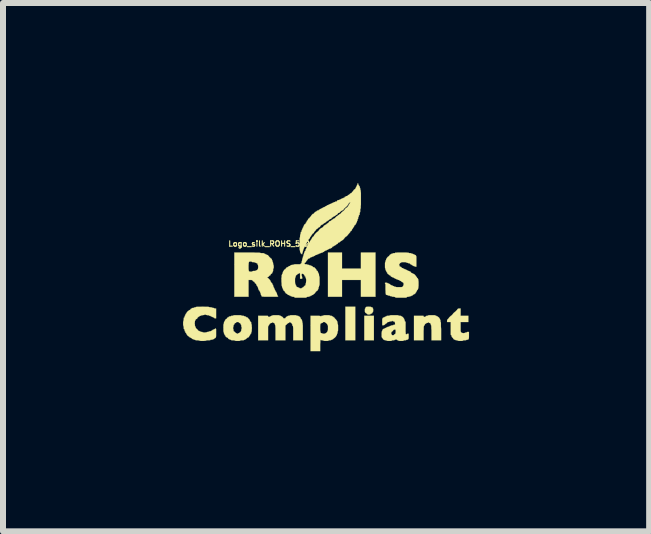
<source format=kicad_pcb>
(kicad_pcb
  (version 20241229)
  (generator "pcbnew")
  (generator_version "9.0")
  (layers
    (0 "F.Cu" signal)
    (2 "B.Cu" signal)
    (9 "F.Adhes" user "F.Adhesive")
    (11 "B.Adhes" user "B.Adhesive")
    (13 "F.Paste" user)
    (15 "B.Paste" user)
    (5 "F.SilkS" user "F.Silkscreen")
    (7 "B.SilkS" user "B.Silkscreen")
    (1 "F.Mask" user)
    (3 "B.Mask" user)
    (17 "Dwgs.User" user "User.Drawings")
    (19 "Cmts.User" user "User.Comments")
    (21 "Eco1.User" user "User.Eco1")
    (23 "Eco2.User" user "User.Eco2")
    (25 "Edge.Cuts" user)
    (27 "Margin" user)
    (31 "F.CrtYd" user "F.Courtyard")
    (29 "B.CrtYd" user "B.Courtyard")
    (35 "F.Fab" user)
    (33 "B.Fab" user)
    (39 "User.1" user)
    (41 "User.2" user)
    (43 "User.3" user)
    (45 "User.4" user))
  (footprint "Logo_silk_ROHS_5x2.8mm"
    (layer "F.Cu")
    (at 2.414 1.411)
    (property "Reference" "Logo_silk_ROHS_5x2.8mm" (at -0.8 -0.4 0) (layer "F.SilkS") (effects (font (size 0.089 0.089) (thickness 0.018))))
    (attr through_hole)
    (fp_poly (pts (xy 0.455 1.209) (xy 0.371 1.209) (xy 0.29 1.209) (xy 0.29 0.93) (xy 0.29 0.648) (xy 0.371 0.648) (xy 0.455 0.648) (xy 0.455 0.93) (xy 0.455 1.209)) (stroke (width 0.003) (type solid)) (fill yes) (layer "F.SilkS"))
    (fp_poly (pts (xy 0.765 1.209) (xy 0.683 1.209) (xy 0.605 1.209) (xy 0.605 1.003) (xy 0.605 0.8) (xy 0.683 0.8) (xy 0.765 0.8) (xy 0.765 1.003) (xy 0.765 1.209)) (stroke (width 0.003) (type solid)) (fill yes) (layer "F.SilkS"))
    (fp_poly (pts (xy 0.792 0.483) (xy 0.671 0.483) (xy 0.549 0.483) (xy 0.549 0.343) (xy 0.549 0.203) (xy 0.391 0.203) (xy 0.234 0.203) (xy 0.234 0.343) (xy 0.234 0.483) (xy 0.117 0.483) (xy 0 0.483) (xy 0 0.114) (xy 0 -0.254) (xy 0.117 -0.254) (xy 0.234 -0.254) (xy 0.234 -0.119) (xy 0.234 0.013) (xy 0.391 0.013) (xy 0.549 0.013) (xy 0.549 -0.119) (xy 0.549 -0.254) (xy 0.671 -0.254) (xy 0.792 -0.254) (xy 0.792 0.114) (xy 0.792 0.483)) (stroke (width 0.003) (type solid)) (fill yes) (layer "F.SilkS"))
    (fp_poly (pts (xy 0.754 0.706) (xy 0.752 0.721) (xy 0.752 0.732) (xy 0.749 0.734) (xy 0.744 0.737) (xy 0.744 0.742) (xy 0.739 0.754) (xy 0.729 0.762) (xy 0.719 0.765) (xy 0.711 0.767) (xy 0.709 0.772) (xy 0.706 0.775) (xy 0.699 0.777) (xy 0.681 0.78) (xy 0.665 0.777) (xy 0.655 0.775) (xy 0.653 0.772) (xy 0.65 0.765) (xy 0.645 0.765) (xy 0.638 0.759) (xy 0.627 0.752) (xy 0.625 0.752) (xy 0.62 0.742) (xy 0.615 0.732) (xy 0.615 0.716) (xy 0.615 0.709) (xy 0.615 0.693) (xy 0.617 0.681) (xy 0.62 0.678) (xy 0.622 0.676) (xy 0.625 0.671) (xy 0.627 0.66) (xy 0.635 0.653) (xy 0.65 0.65) (xy 0.673 0.648) (xy 0.678 0.648) (xy 0.699 0.65) (xy 0.711 0.65) (xy 0.719 0.653) (xy 0.724 0.658) (xy 0.732 0.658) (xy 0.742 0.66) (xy 0.744 0.668) (xy 0.747 0.676) (xy 0.749 0.678) (xy 0.752 0.683) (xy 0.754 0.696) (xy 0.754 0.706)) (stroke (width 0.003) (type solid)) (fill yes) (layer "F.SilkS"))
    (fp_poly (pts (xy 1.885 1.209) (xy 1.803 1.209) (xy 1.725 1.209) (xy 1.725 1.085) (xy 1.725 1.041) (xy 1.722 1.008) (xy 1.722 0.983) (xy 1.72 0.965) (xy 1.72 0.96) (xy 1.72 0.958) (xy 1.714 0.955) (xy 1.714 0.945) (xy 1.709 0.93) (xy 1.699 0.922) (xy 1.689 0.919) (xy 1.681 0.917) (xy 1.679 0.912) (xy 1.676 0.904) (xy 1.674 0.904) (xy 1.669 0.907) (xy 1.669 0.912) (xy 1.664 0.917) (xy 1.654 0.919) (xy 1.643 0.919) (xy 1.638 0.925) (xy 1.636 0.93) (xy 1.633 0.93) (xy 1.626 0.932) (xy 1.615 0.942) (xy 1.613 0.95) (xy 1.61 0.958) (xy 1.603 0.963) (xy 1.6 0.968) (xy 1.598 0.97) (xy 1.598 0.978) (xy 1.595 0.986) (xy 1.595 1.001) (xy 1.595 1.024) (xy 1.593 1.052) (xy 1.593 1.09) (xy 1.593 1.209) (xy 1.514 1.209) (xy 1.433 1.209) (xy 1.433 1.003) (xy 1.433 0.8) (xy 1.514 0.8) (xy 1.544 0.8) (xy 1.565 0.8) (xy 1.58 0.8) (xy 1.587 0.8) (xy 1.593 0.803) (xy 1.593 0.805) (xy 1.593 0.808) (xy 1.595 0.815) (xy 1.605 0.818) (xy 1.608 0.818) (xy 1.621 0.818) (xy 1.623 0.813) (xy 1.628 0.81) (xy 1.631 0.808) (xy 1.638 0.805) (xy 1.638 0.803) (xy 1.643 0.8) (xy 1.654 0.8) (xy 1.664 0.798) (xy 1.669 0.795) (xy 1.669 0.792) (xy 1.674 0.792) (xy 1.687 0.79) (xy 1.709 0.79) (xy 1.73 0.79) (xy 1.755 0.79) (xy 1.775 0.79) (xy 1.786 0.792) (xy 1.788 0.792) (xy 1.793 0.798) (xy 1.798 0.8) (xy 1.806 0.8) (xy 1.808 0.803) (xy 1.814 0.808) (xy 1.819 0.808) (xy 1.826 0.81) (xy 1.829 0.813) (xy 1.834 0.818) (xy 1.841 0.823) (xy 1.852 0.831) (xy 1.854 0.838) (xy 1.857 0.843) (xy 1.859 0.843) (xy 1.862 0.848) (xy 1.864 0.853) (xy 1.867 0.861) (xy 1.869 0.864) (xy 1.872 0.869) (xy 1.875 0.879) (xy 1.875 0.884) (xy 1.875 0.897) (xy 1.877 0.904) (xy 1.88 0.904) (xy 1.88 0.909) (xy 1.882 0.925) (xy 1.882 0.947) (xy 1.882 0.98) (xy 1.885 1.021) (xy 1.885 1.057) (xy 1.885 1.209)) (stroke (width 0.003) (type solid)) (fill yes) (layer "F.SilkS"))
    (fp_poly (pts (xy 2.349 1.128) (xy 2.349 1.156) (xy 2.347 1.176) (xy 2.344 1.189) (xy 2.337 1.194) (xy 2.329 1.199) (xy 2.319 1.199) (xy 2.309 1.201) (xy 2.304 1.204) (xy 2.299 1.206) (xy 2.289 1.209) (xy 2.276 1.209) (xy 2.261 1.209) (xy 2.25 1.212) (xy 2.248 1.214) (xy 2.245 1.217) (xy 2.23 1.219) (xy 2.212 1.219) (xy 2.207 1.219) (xy 2.184 1.219) (xy 2.172 1.217) (xy 2.164 1.214) (xy 2.159 1.212) (xy 2.149 1.209) (xy 2.144 1.209) (xy 2.131 1.206) (xy 2.123 1.204) (xy 2.118 1.199) (xy 2.113 1.199) (xy 2.103 1.196) (xy 2.093 1.189) (xy 2.088 1.181) (xy 2.085 1.176) (xy 2.078 1.166) (xy 2.073 1.163) (xy 2.062 1.151) (xy 2.06 1.138) (xy 2.057 1.125) (xy 2.052 1.123) (xy 2.05 1.123) (xy 2.047 1.118) (xy 2.045 1.11) (xy 2.045 1.095) (xy 2.045 1.074) (xy 2.045 1.046) (xy 2.045 1.013) (xy 2.045 0.904) (xy 2.014 0.904) (xy 1.984 0.904) (xy 1.984 0.886) (xy 1.986 0.869) (xy 1.996 0.856) (xy 1.999 0.853) (xy 2.009 0.843) (xy 2.014 0.838) (xy 2.014 0.836) (xy 2.017 0.831) (xy 2.024 0.823) (xy 2.035 0.813) (xy 2.045 0.803) (xy 2.05 0.8) (xy 2.052 0.8) (xy 2.057 0.795) (xy 2.065 0.787) (xy 2.073 0.78) (xy 2.078 0.772) (xy 2.083 0.767) (xy 2.09 0.757) (xy 2.101 0.747) (xy 2.111 0.739) (xy 2.116 0.734) (xy 2.121 0.732) (xy 2.131 0.721) (xy 2.141 0.711) (xy 2.149 0.704) (xy 2.154 0.696) (xy 2.159 0.688) (xy 2.169 0.681) (xy 2.184 0.678) (xy 2.189 0.678) (xy 2.21 0.678) (xy 2.21 0.739) (xy 2.21 0.8) (xy 2.273 0.8) (xy 2.339 0.8) (xy 2.339 0.851) (xy 2.339 0.904) (xy 2.273 0.904) (xy 2.21 0.904) (xy 2.21 0.983) (xy 2.21 1.013) (xy 2.21 1.036) (xy 2.21 1.052) (xy 2.212 1.062) (xy 2.215 1.067) (xy 2.217 1.072) (xy 2.22 1.077) (xy 2.233 1.085) (xy 2.245 1.087) (xy 2.258 1.09) (xy 2.273 1.087) (xy 2.281 1.085) (xy 2.283 1.085) (xy 2.289 1.079) (xy 2.299 1.079) (xy 2.309 1.077) (xy 2.314 1.074) (xy 2.319 1.069) (xy 2.329 1.069) (xy 2.332 1.069) (xy 2.349 1.069) (xy 2.349 1.128)) (stroke (width 0.003) (type solid)) (fill yes) (layer "F.SilkS"))
    (fp_poly (pts (xy -0.419 1.209) (xy -0.498 1.209) (xy -0.579 1.209) (xy -0.579 1.09) (xy -0.579 1.052) (xy -0.579 1.021) (xy -0.579 1.001) (xy -0.582 0.986) (xy -0.582 0.975) (xy -0.584 0.97) (xy -0.587 0.968) (xy -0.592 0.965) (xy -0.594 0.955) (xy -0.594 0.942) (xy -0.599 0.94) (xy -0.602 0.935) (xy -0.605 0.93) (xy -0.607 0.919) (xy -0.615 0.919) (xy -0.622 0.917) (xy -0.625 0.912) (xy -0.627 0.904) (xy -0.632 0.904) (xy -0.643 0.907) (xy -0.643 0.912) (xy -0.648 0.917) (xy -0.653 0.919) (xy -0.663 0.922) (xy -0.676 0.932) (xy -0.686 0.942) (xy -0.709 0.963) (xy -0.709 1.087) (xy -0.709 1.209) (xy -0.79 1.209) (xy -0.874 1.209) (xy -0.874 1.085) (xy -0.874 1.041) (xy -0.874 1.008) (xy -0.876 0.983) (xy -0.876 0.965) (xy -0.879 0.96) (xy -0.879 0.958) (xy -0.881 0.955) (xy -0.884 0.945) (xy -0.886 0.932) (xy -0.897 0.922) (xy -0.907 0.919) (xy -0.912 0.914) (xy -0.914 0.912) (xy -0.917 0.904) (xy -0.919 0.904) (xy -0.922 0.907) (xy -0.925 0.912) (xy -0.927 0.917) (xy -0.94 0.919) (xy -0.953 0.922) (xy -0.965 0.93) (xy -0.975 0.94) (xy -0.978 0.95) (xy -0.983 0.958) (xy -0.988 0.963) (xy -0.993 0.968) (xy -0.993 0.97) (xy -0.996 0.978) (xy -0.998 0.986) (xy -0.998 1.001) (xy -0.998 1.024) (xy -0.998 1.052) (xy -0.998 1.09) (xy -0.998 1.209) (xy -1.082 1.209) (xy -1.163 1.209) (xy -1.163 1.003) (xy -1.163 0.8) (xy -1.082 0.8) (xy -1.052 0.8) (xy -1.029 0.8) (xy -1.013 0.8) (xy -1.006 0.8) (xy -1.001 0.803) (xy -0.998 0.805) (xy -0.998 0.808) (xy -0.996 0.815) (xy -0.988 0.818) (xy -0.983 0.818) (xy -0.973 0.818) (xy -0.968 0.813) (xy -0.965 0.81) (xy -0.958 0.808) (xy -0.95 0.808) (xy -0.947 0.803) (xy -0.945 0.8) (xy -0.937 0.8) (xy -0.927 0.798) (xy -0.925 0.792) (xy -0.919 0.792) (xy -0.904 0.79) (xy -0.884 0.79) (xy -0.866 0.79) (xy -0.841 0.79) (xy -0.823 0.79) (xy -0.81 0.792) (xy -0.808 0.792) (xy -0.805 0.798) (xy -0.795 0.8) (xy -0.787 0.8) (xy -0.785 0.803) (xy -0.78 0.808) (xy -0.777 0.808) (xy -0.767 0.813) (xy -0.757 0.82) (xy -0.747 0.831) (xy -0.744 0.838) (xy -0.739 0.843) (xy -0.729 0.843) (xy -0.726 0.843) (xy -0.714 0.843) (xy -0.709 0.838) (xy -0.706 0.831) (xy -0.696 0.82) (xy -0.686 0.813) (xy -0.676 0.808) (xy -0.671 0.805) (xy -0.668 0.803) (xy -0.665 0.8) (xy -0.653 0.8) (xy -0.65 0.8) (xy -0.64 0.798) (xy -0.635 0.795) (xy -0.632 0.792) (xy -0.63 0.792) (xy -0.615 0.79) (xy -0.594 0.79) (xy -0.582 0.79) (xy -0.556 0.79) (xy -0.538 0.79) (xy -0.531 0.792) (xy -0.528 0.792) (xy -0.523 0.798) (xy -0.513 0.798) (xy -0.511 0.8) (xy -0.5 0.8) (xy -0.493 0.803) (xy -0.49 0.808) (xy -0.485 0.808) (xy -0.475 0.813) (xy -0.465 0.823) (xy -0.457 0.833) (xy -0.455 0.843) (xy -0.45 0.851) (xy -0.447 0.853) (xy -0.439 0.859) (xy -0.439 0.864) (xy -0.437 0.871) (xy -0.434 0.874) (xy -0.432 0.879) (xy -0.429 0.889) (xy -0.429 0.897) (xy -0.427 0.909) (xy -0.424 0.917) (xy -0.424 0.919) (xy -0.422 0.925) (xy -0.422 0.937) (xy -0.419 0.963) (xy -0.419 0.996) (xy -0.419 1.036) (xy -0.419 1.064) (xy -0.419 1.209)) (stroke (width 0.003) (type solid)) (fill yes) (layer "F.SilkS"))
    (fp_poly (pts (xy 0.168 0.998) (xy 0.168 1.026) (xy 0.168 1.044) (xy 0.165 1.057) (xy 0.163 1.059) (xy 0.16 1.064) (xy 0.16 1.074) (xy 0.16 1.079) (xy 0.157 1.092) (xy 0.155 1.097) (xy 0.155 1.1) (xy 0.15 1.102) (xy 0.15 1.113) (xy 0.147 1.12) (xy 0.145 1.123) (xy 0.14 1.128) (xy 0.14 1.13) (xy 0.135 1.14) (xy 0.127 1.151) (xy 0.117 1.161) (xy 0.107 1.171) (xy 0.099 1.173) (xy 0.094 1.179) (xy 0.094 1.181) (xy 0.089 1.186) (xy 0.084 1.189) (xy 0.076 1.191) (xy 0.074 1.194) (xy 0.069 1.199) (xy 0.064 1.199) (xy 0.056 1.201) (xy 0.053 1.204) (xy 0.048 1.206) (xy 0.038 1.209) (xy 0.03 1.209) (xy 0.018 1.209) (xy 0.01 1.212) (xy 0.008 1.214) (xy 0.005 1.217) (xy 0 1.217) (xy 0 1.011) (xy 0 1.003) (xy 0 0.983) (xy 0 0.968) (xy -0.003 0.96) (xy -0.003 0.958) (xy -0.008 0.955) (xy -0.008 0.95) (xy -0.013 0.942) (xy -0.02 0.932) (xy -0.03 0.922) (xy -0.038 0.919) (xy -0.043 0.914) (xy -0.043 0.912) (xy -0.048 0.907) (xy -0.058 0.904) (xy -0.064 0.904) (xy -0.079 0.904) (xy -0.084 0.909) (xy -0.084 0.912) (xy -0.089 0.917) (xy -0.097 0.919) (xy -0.107 0.919) (xy -0.109 0.925) (xy -0.112 0.927) (xy -0.119 0.93) (xy -0.122 0.93) (xy -0.124 0.932) (xy -0.127 0.937) (xy -0.127 0.95) (xy -0.13 0.965) (xy -0.13 0.993) (xy -0.13 1.001) (xy -0.13 1.034) (xy -0.127 1.057) (xy -0.124 1.072) (xy -0.122 1.082) (xy -0.117 1.087) (xy -0.107 1.09) (xy -0.104 1.09) (xy -0.097 1.09) (xy -0.094 1.095) (xy -0.089 1.097) (xy -0.079 1.097) (xy -0.069 1.1) (xy -0.053 1.097) (xy -0.046 1.095) (xy -0.043 1.095) (xy -0.041 1.09) (xy -0.038 1.09) (xy -0.03 1.085) (xy -0.02 1.077) (xy -0.013 1.067) (xy -0.008 1.057) (xy -0.005 1.049) (xy -0.003 1.049) (xy -0.003 1.044) (xy 0 1.031) (xy 0 1.011) (xy 0 1.217) (xy -0.008 1.219) (xy -0.025 1.219) (xy -0.03 1.219) (xy -0.051 1.219) (xy -0.066 1.217) (xy -0.074 1.214) (xy -0.079 1.212) (xy -0.089 1.209) (xy -0.097 1.209) (xy -0.109 1.206) (xy -0.117 1.204) (xy -0.119 1.204) (xy -0.122 1.199) (xy -0.124 1.199) (xy -0.124 1.204) (xy -0.127 1.219) (xy -0.127 1.242) (xy -0.13 1.273) (xy -0.13 1.293) (xy -0.13 1.389) (xy -0.208 1.389) (xy -0.29 1.389) (xy -0.29 1.095) (xy -0.29 0.8) (xy -0.208 0.8) (xy -0.178 0.8) (xy -0.152 0.8) (xy -0.137 0.803) (xy -0.13 0.803) (xy -0.124 0.808) (xy -0.119 0.808) (xy -0.112 0.808) (xy -0.109 0.803) (xy -0.104 0.8) (xy -0.094 0.8) (xy -0.091 0.8) (xy -0.079 0.798) (xy -0.074 0.795) (xy -0.074 0.792) (xy -0.069 0.792) (xy -0.056 0.79) (xy -0.036 0.79) (xy -0.02 0.79) (xy 0 0.79) (xy 0.018 0.79) (xy 0.028 0.792) (xy 0.033 0.798) (xy 0.043 0.798) (xy 0.046 0.8) (xy 0.058 0.8) (xy 0.064 0.803) (xy 0.069 0.808) (xy 0.074 0.808) (xy 0.081 0.813) (xy 0.089 0.818) (xy 0.097 0.826) (xy 0.102 0.828) (xy 0.109 0.833) (xy 0.112 0.841) (xy 0.122 0.851) (xy 0.13 0.859) (xy 0.14 0.871) (xy 0.147 0.881) (xy 0.15 0.886) (xy 0.152 0.892) (xy 0.155 0.894) (xy 0.157 0.899) (xy 0.157 0.909) (xy 0.16 0.917) (xy 0.16 0.93) (xy 0.163 0.937) (xy 0.163 0.94) (xy 0.165 0.942) (xy 0.168 0.958) (xy 0.168 0.978) (xy 0.168 0.998)) (stroke (width 0.003) (type solid)) (fill yes) (layer "F.SilkS"))
    (fp_poly (pts (xy -1.267 1.003) (xy -1.27 1.031) (xy -1.27 1.052) (xy -1.273 1.064) (xy -1.273 1.069) (xy -1.278 1.072) (xy -1.278 1.085) (xy -1.28 1.095) (xy -1.285 1.1) (xy -1.293 1.102) (xy -1.293 1.11) (xy -1.298 1.123) (xy -1.303 1.128) (xy -1.311 1.138) (xy -1.313 1.143) (xy -1.318 1.153) (xy -1.328 1.161) (xy -1.336 1.163) (xy -1.344 1.166) (xy -1.344 1.168) (xy -1.349 1.173) (xy -1.351 1.173) (xy -1.359 1.179) (xy -1.359 1.181) (xy -1.364 1.186) (xy -1.369 1.189) (xy -1.377 1.191) (xy -1.379 1.194) (xy -1.382 1.199) (xy -1.389 1.199) (xy -1.397 1.201) (xy -1.4 1.204) (xy -1.402 1.206) (xy -1.415 1.209) (xy -1.43 1.209) (xy -1.433 1.209) (xy -1.433 1.003) (xy -1.435 0.996) (xy -1.438 0.993) (xy -1.443 0.991) (xy -1.443 0.978) (xy -1.443 0.97) (xy -1.445 0.958) (xy -1.448 0.95) (xy -1.453 0.945) (xy -1.453 0.94) (xy -1.458 0.93) (xy -1.468 0.922) (xy -1.476 0.919) (xy -1.483 0.914) (xy -1.483 0.912) (xy -1.486 0.907) (xy -1.496 0.904) (xy -1.506 0.904) (xy -1.521 0.904) (xy -1.529 0.907) (xy -1.529 0.912) (xy -1.532 0.917) (xy -1.537 0.919) (xy -1.547 0.922) (xy -1.557 0.932) (xy -1.56 0.94) (xy -1.562 0.947) (xy -1.567 0.95) (xy -1.572 0.953) (xy -1.572 0.963) (xy -1.575 0.97) (xy -1.575 0.986) (xy -1.577 0.993) (xy -1.58 0.993) (xy -1.582 0.998) (xy -1.582 1.003) (xy -1.582 1.011) (xy -1.58 1.013) (xy -1.575 1.019) (xy -1.575 1.029) (xy -1.575 1.036) (xy -1.572 1.049) (xy -1.57 1.059) (xy -1.567 1.059) (xy -1.562 1.062) (xy -1.552 1.069) (xy -1.549 1.074) (xy -1.539 1.082) (xy -1.529 1.09) (xy -1.527 1.09) (xy -1.519 1.092) (xy -1.519 1.095) (xy -1.514 1.097) (xy -1.509 1.1) (xy -1.501 1.097) (xy -1.499 1.095) (xy -1.494 1.09) (xy -1.488 1.09) (xy -1.478 1.085) (xy -1.468 1.077) (xy -1.46 1.072) (xy -1.45 1.059) (xy -1.445 1.046) (xy -1.443 1.034) (xy -1.443 1.021) (xy -1.44 1.013) (xy -1.438 1.013) (xy -1.435 1.008) (xy -1.433 1.003) (xy -1.433 1.209) (xy -1.448 1.209) (xy -1.46 1.212) (xy -1.463 1.214) (xy -1.468 1.217) (xy -1.481 1.219) (xy -1.501 1.219) (xy -1.506 1.219) (xy -1.527 1.219) (xy -1.542 1.217) (xy -1.549 1.214) (xy -1.554 1.212) (xy -1.565 1.209) (xy -1.582 1.209) (xy -1.598 1.209) (xy -1.61 1.206) (xy -1.613 1.204) (xy -1.618 1.199) (xy -1.626 1.199) (xy -1.636 1.196) (xy -1.638 1.194) (xy -1.643 1.189) (xy -1.648 1.189) (xy -1.656 1.186) (xy -1.659 1.184) (xy -1.664 1.173) (xy -1.671 1.166) (xy -1.681 1.163) (xy -1.687 1.161) (xy -1.689 1.158) (xy -1.692 1.153) (xy -1.697 1.153) (xy -1.702 1.151) (xy -1.704 1.146) (xy -1.707 1.135) (xy -1.714 1.128) (xy -1.722 1.118) (xy -1.725 1.11) (xy -1.725 1.102) (xy -1.73 1.1) (xy -1.732 1.095) (xy -1.735 1.085) (xy -1.735 1.074) (xy -1.737 1.069) (xy -1.74 1.069) (xy -1.74 1.064) (xy -1.742 1.049) (xy -1.742 1.029) (xy -1.742 1.003) (xy -1.742 0.975) (xy -1.742 0.955) (xy -1.74 0.942) (xy -1.74 0.94) (xy -1.735 0.935) (xy -1.735 0.925) (xy -1.735 0.922) (xy -1.732 0.909) (xy -1.73 0.904) (xy -1.725 0.899) (xy -1.725 0.894) (xy -1.722 0.886) (xy -1.72 0.884) (xy -1.714 0.879) (xy -1.714 0.876) (xy -1.709 0.866) (xy -1.704 0.859) (xy -1.697 0.853) (xy -1.689 0.851) (xy -1.681 0.843) (xy -1.679 0.833) (xy -1.674 0.831) (xy -1.669 0.828) (xy -1.661 0.826) (xy -1.654 0.818) (xy -1.641 0.81) (xy -1.631 0.808) (xy -1.618 0.808) (xy -1.613 0.805) (xy -1.613 0.803) (xy -1.61 0.8) (xy -1.598 0.8) (xy -1.593 0.8) (xy -1.582 0.798) (xy -1.575 0.795) (xy -1.575 0.792) (xy -1.57 0.792) (xy -1.554 0.79) (xy -1.534 0.79) (xy -1.509 0.79) (xy -1.481 0.79) (xy -1.46 0.79) (xy -1.448 0.792) (xy -1.443 0.792) (xy -1.44 0.798) (xy -1.427 0.798) (xy -1.422 0.8) (xy -1.407 0.8) (xy -1.4 0.803) (xy -1.394 0.808) (xy -1.384 0.808) (xy -1.372 0.813) (xy -1.364 0.818) (xy -1.354 0.826) (xy -1.346 0.828) (xy -1.336 0.831) (xy -1.333 0.833) (xy -1.331 0.841) (xy -1.321 0.851) (xy -1.318 0.853) (xy -1.308 0.864) (xy -1.303 0.874) (xy -1.303 0.876) (xy -1.3 0.884) (xy -1.298 0.884) (xy -1.295 0.889) (xy -1.293 0.894) (xy -1.29 0.902) (xy -1.285 0.904) (xy -1.28 0.907) (xy -1.278 0.919) (xy -1.278 0.922) (xy -1.278 0.932) (xy -1.275 0.94) (xy -1.273 0.94) (xy -1.273 0.942) (xy -1.27 0.958) (xy -1.27 0.978) (xy -1.267 1.003)) (stroke (width 0.003) (type solid)) (fill yes) (layer "F.SilkS"))
    (fp_poly (pts (xy 1.344 1.14) (xy 1.344 1.166) (xy 1.341 1.184) (xy 1.333 1.194) (xy 1.326 1.199) (xy 1.316 1.199) (xy 1.308 1.201) (xy 1.303 1.204) (xy 1.3 1.206) (xy 1.288 1.209) (xy 1.28 1.209) (xy 1.267 1.209) (xy 1.26 1.212) (xy 1.26 1.214) (xy 1.255 1.217) (xy 1.242 1.219) (xy 1.222 1.219) (xy 1.217 1.219) (xy 1.196 1.219) (xy 1.181 1.217) (xy 1.173 1.214) (xy 1.168 1.209) (xy 1.163 1.209) (xy 1.156 1.206) (xy 1.153 1.204) (xy 1.151 1.199) (xy 1.146 1.199) (xy 1.138 1.194) (xy 1.135 1.194) (xy 1.133 1.189) (xy 1.13 1.194) (xy 1.128 1.194) (xy 1.128 1.067) (xy 1.128 1.046) (xy 1.123 1.031) (xy 1.12 1.029) (xy 1.113 1.024) (xy 1.11 1.029) (xy 1.105 1.034) (xy 1.097 1.034) (xy 1.09 1.036) (xy 1.09 1.039) (xy 1.085 1.046) (xy 1.079 1.054) (xy 1.072 1.059) (xy 1.067 1.062) (xy 1.062 1.067) (xy 1.057 1.074) (xy 1.054 1.087) (xy 1.054 1.097) (xy 1.057 1.107) (xy 1.059 1.11) (xy 1.064 1.113) (xy 1.064 1.115) (xy 1.067 1.123) (xy 1.079 1.123) (xy 1.082 1.123) (xy 1.095 1.123) (xy 1.1 1.118) (xy 1.1 1.115) (xy 1.102 1.11) (xy 1.107 1.11) (xy 1.118 1.105) (xy 1.125 1.092) (xy 1.128 1.072) (xy 1.128 1.067) (xy 1.128 1.194) (xy 1.125 1.199) (xy 1.118 1.199) (xy 1.11 1.201) (xy 1.11 1.204) (xy 1.105 1.206) (xy 1.092 1.209) (xy 1.087 1.209) (xy 1.072 1.209) (xy 1.064 1.212) (xy 1.064 1.214) (xy 1.059 1.217) (xy 1.046 1.219) (xy 1.026 1.219) (xy 1.021 1.219) (xy 1.001 1.219) (xy 0.986 1.217) (xy 0.978 1.214) (xy 0.975 1.212) (xy 0.963 1.209) (xy 0.958 1.209) (xy 0.947 1.206) (xy 0.94 1.204) (xy 0.935 1.199) (xy 0.932 1.199) (xy 0.925 1.196) (xy 0.917 1.189) (xy 0.914 1.181) (xy 0.909 1.173) (xy 0.904 1.168) (xy 0.899 1.163) (xy 0.897 1.158) (xy 0.894 1.148) (xy 0.894 1.13) (xy 0.894 1.11) (xy 0.894 1.087) (xy 0.897 1.069) (xy 0.897 1.059) (xy 0.899 1.059) (xy 0.902 1.054) (xy 0.904 1.049) (xy 0.907 1.036) (xy 0.917 1.024) (xy 0.93 1.016) (xy 0.937 1.013) (xy 0.947 1.011) (xy 0.95 1.008) (xy 0.953 1.006) (xy 0.958 1.003) (xy 0.968 1.001) (xy 0.968 0.998) (xy 0.973 0.996) (xy 0.978 0.993) (xy 0.988 0.991) (xy 0.988 0.988) (xy 0.993 0.986) (xy 1.003 0.983) (xy 1.006 0.983) (xy 1.019 0.983) (xy 1.024 0.978) (xy 1.024 0.975) (xy 1.029 0.97) (xy 1.039 0.968) (xy 1.049 0.968) (xy 1.054 0.963) (xy 1.059 0.96) (xy 1.069 0.958) (xy 1.072 0.958) (xy 1.082 0.958) (xy 1.09 0.955) (xy 1.092 0.95) (xy 1.105 0.95) (xy 1.113 0.947) (xy 1.118 0.945) (xy 1.118 0.932) (xy 1.118 0.93) (xy 1.115 0.909) (xy 1.107 0.897) (xy 1.092 0.894) (xy 1.082 0.892) (xy 1.079 0.889) (xy 1.074 0.884) (xy 1.072 0.884) (xy 1.064 0.886) (xy 1.064 0.889) (xy 1.059 0.892) (xy 1.049 0.894) (xy 1.044 0.894) (xy 1.031 0.894) (xy 1.024 0.897) (xy 1.024 0.899) (xy 1.019 0.902) (xy 1.008 0.904) (xy 1.006 0.904) (xy 0.996 0.904) (xy 0.988 0.909) (xy 0.986 0.917) (xy 0.975 0.925) (xy 0.968 0.93) (xy 0.963 0.932) (xy 0.953 0.94) (xy 0.95 0.945) (xy 0.935 0.955) (xy 0.919 0.958) (xy 0.904 0.958) (xy 0.904 0.902) (xy 0.904 0.876) (xy 0.904 0.856) (xy 0.907 0.846) (xy 0.909 0.843) (xy 0.914 0.841) (xy 0.914 0.836) (xy 0.917 0.831) (xy 0.927 0.828) (xy 0.935 0.828) (xy 0.94 0.823) (xy 0.942 0.82) (xy 0.95 0.818) (xy 0.958 0.818) (xy 0.958 0.813) (xy 0.963 0.81) (xy 0.968 0.808) (xy 0.978 0.808) (xy 0.978 0.803) (xy 0.983 0.8) (xy 0.996 0.8) (xy 1.006 0.8) (xy 1.021 0.798) (xy 1.031 0.795) (xy 1.034 0.792) (xy 1.039 0.792) (xy 1.052 0.79) (xy 1.074 0.79) (xy 1.105 0.79) (xy 1.133 0.79) (xy 1.156 0.79) (xy 1.168 0.792) (xy 1.173 0.792) (xy 1.179 0.798) (xy 1.189 0.798) (xy 1.196 0.8) (xy 1.209 0.8) (xy 1.217 0.803) (xy 1.219 0.803) (xy 1.222 0.808) (xy 1.227 0.808) (xy 1.234 0.813) (xy 1.245 0.82) (xy 1.255 0.831) (xy 1.26 0.838) (xy 1.262 0.843) (xy 1.265 0.843) (xy 1.267 0.848) (xy 1.27 0.853) (xy 1.27 0.861) (xy 1.273 0.864) (xy 1.278 0.869) (xy 1.278 0.879) (xy 1.28 0.892) (xy 1.285 0.894) (xy 1.288 0.894) (xy 1.29 0.899) (xy 1.293 0.907) (xy 1.293 0.922) (xy 1.293 0.942) (xy 1.293 0.973) (xy 1.293 1.001) (xy 1.293 1.036) (xy 1.293 1.064) (xy 1.295 1.082) (xy 1.295 1.095) (xy 1.295 1.102) (xy 1.298 1.107) (xy 1.3 1.107) (xy 1.303 1.11) (xy 1.311 1.107) (xy 1.313 1.105) (xy 1.318 1.1) (xy 1.328 1.1) (xy 1.344 1.1) (xy 1.344 1.14)) (stroke (width 0.003) (type solid)) (fill yes) (layer "F.SilkS"))
    (fp_poly (pts (xy -0.828 0.478) (xy -0.833 0.48) (xy -0.848 0.483) (xy -0.871 0.483) (xy -0.904 0.483) (xy -0.945 0.483) (xy -0.963 0.483) (xy -1.003 0.483) (xy -1.036 0.483) (xy -1.062 0.483) (xy -1.082 0.48) (xy -1.095 0.48) (xy -1.102 0.478) (xy -1.107 0.472) (xy -1.107 0.467) (xy -1.11 0.462) (xy -1.113 0.455) (xy -1.118 0.45) (xy -1.118 0.439) (xy -1.12 0.429) (xy -1.123 0.424) (xy -1.128 0.419) (xy -1.128 0.411) (xy -1.13 0.401) (xy -1.133 0.399) (xy -1.138 0.394) (xy -1.138 0.389) (xy -1.143 0.381) (xy -1.146 0.378) (xy -1.153 0.373) (xy -1.153 0.368) (xy -1.156 0.361) (xy -1.158 0.358) (xy -1.161 0.356) (xy -1.163 0.343) (xy -1.163 0.34) (xy -1.163 -0.013) (xy -1.163 -0.03) (xy -1.166 -0.043) (xy -1.168 -0.048) (xy -1.173 -0.053) (xy -1.173 -0.061) (xy -1.176 -0.071) (xy -1.184 -0.074) (xy -1.191 -0.076) (xy -1.194 -0.079) (xy -1.199 -0.081) (xy -1.206 -0.084) (xy -1.217 -0.086) (xy -1.219 -0.089) (xy -1.224 -0.091) (xy -1.234 -0.094) (xy -1.245 -0.094) (xy -1.257 -0.094) (xy -1.267 -0.097) (xy -1.267 -0.099) (xy -1.273 -0.102) (xy -1.283 -0.104) (xy -1.295 -0.104) (xy -1.308 -0.102) (xy -1.316 -0.097) (xy -1.318 -0.089) (xy -1.321 -0.074) (xy -1.323 -0.051) (xy -1.323 -0.028) (xy -1.323 -0.003) (xy -1.323 0.018) (xy -1.321 0.038) (xy -1.318 0.051) (xy -1.318 0.056) (xy -1.311 0.061) (xy -1.298 0.064) (xy -1.283 0.064) (xy -1.27 0.064) (xy -1.26 0.061) (xy -1.26 0.058) (xy -1.255 0.056) (xy -1.242 0.053) (xy -1.232 0.053) (xy -1.217 0.053) (xy -1.206 0.051) (xy -1.204 0.048) (xy -1.199 0.043) (xy -1.196 0.043) (xy -1.186 0.041) (xy -1.176 0.033) (xy -1.176 0.03) (xy -1.168 0.023) (xy -1.166 0.015) (xy -1.163 0) (xy -1.163 -0.013) (xy -1.163 0.34) (xy -1.166 0.33) (xy -1.168 0.325) (xy -1.168 0.323) (xy -1.173 0.32) (xy -1.173 0.315) (xy -1.179 0.305) (xy -1.184 0.3) (xy -1.191 0.29) (xy -1.194 0.282) (xy -1.196 0.272) (xy -1.206 0.262) (xy -1.214 0.259) (xy -1.219 0.254) (xy -1.219 0.251) (xy -1.222 0.241) (xy -1.232 0.231) (xy -1.24 0.229) (xy -1.247 0.226) (xy -1.255 0.216) (xy -1.26 0.208) (xy -1.262 0.206) (xy -1.278 0.203) (xy -1.29 0.203) (xy -1.323 0.203) (xy -1.323 0.343) (xy -1.323 0.483) (xy -1.44 0.483) (xy -1.56 0.483) (xy -1.56 0.114) (xy -1.56 -0.254) (xy -1.344 -0.254) (xy -1.285 -0.254) (xy -1.237 -0.254) (xy -1.196 -0.251) (xy -1.166 -0.251) (xy -1.143 -0.251) (xy -1.13 -0.249) (xy -1.128 -0.249) (xy -1.125 -0.246) (xy -1.113 -0.244) (xy -1.097 -0.244) (xy -1.079 -0.244) (xy -1.067 -0.241) (xy -1.064 -0.239) (xy -1.059 -0.234) (xy -1.054 -0.234) (xy -1.046 -0.231) (xy -1.044 -0.229) (xy -1.039 -0.224) (xy -1.034 -0.224) (xy -1.026 -0.221) (xy -1.024 -0.218) (xy -1.019 -0.216) (xy -1.011 -0.213) (xy -1.001 -0.211) (xy -0.998 -0.208) (xy -0.996 -0.203) (xy -0.986 -0.193) (xy -0.975 -0.178) (xy -0.97 -0.175) (xy -0.958 -0.163) (xy -0.947 -0.152) (xy -0.94 -0.15) (xy -0.935 -0.145) (xy -0.935 -0.137) (xy -0.932 -0.127) (xy -0.93 -0.124) (xy -0.925 -0.119) (xy -0.925 -0.109) (xy -0.922 -0.099) (xy -0.919 -0.094) (xy -0.917 -0.089) (xy -0.914 -0.079) (xy -0.914 -0.071) (xy -0.912 -0.058) (xy -0.909 -0.051) (xy -0.909 -0.048) (xy -0.907 -0.043) (xy -0.904 -0.033) (xy -0.904 -0.015) (xy -0.904 0) (xy -0.907 0.01) (xy -0.909 0.013) (xy -0.912 0.018) (xy -0.914 0.03) (xy -0.914 0.038) (xy -0.914 0.053) (xy -0.917 0.061) (xy -0.919 0.064) (xy -0.922 0.069) (xy -0.925 0.074) (xy -0.927 0.084) (xy -0.932 0.094) (xy -0.94 0.099) (xy -0.942 0.099) (xy -0.947 0.102) (xy -0.955 0.112) (xy -0.958 0.122) (xy -0.963 0.127) (xy -0.968 0.13) (xy -0.978 0.132) (xy -0.978 0.135) (xy -0.983 0.142) (xy -0.993 0.152) (xy -1.003 0.155) (xy -1.011 0.155) (xy -1.013 0.16) (xy -1.011 0.163) (xy -1.008 0.163) (xy -1.001 0.168) (xy -0.991 0.178) (xy -0.978 0.191) (xy -0.968 0.203) (xy -0.96 0.213) (xy -0.958 0.218) (xy -0.958 0.226) (xy -0.953 0.229) (xy -0.95 0.234) (xy -0.947 0.239) (xy -0.947 0.246) (xy -0.942 0.249) (xy -0.935 0.254) (xy -0.927 0.264) (xy -0.925 0.274) (xy -0.922 0.282) (xy -0.919 0.284) (xy -0.914 0.287) (xy -0.914 0.3) (xy -0.912 0.31) (xy -0.909 0.315) (xy -0.904 0.318) (xy -0.904 0.323) (xy -0.902 0.333) (xy -0.899 0.333) (xy -0.894 0.338) (xy -0.894 0.345) (xy -0.892 0.356) (xy -0.889 0.358) (xy -0.884 0.363) (xy -0.884 0.368) (xy -0.881 0.376) (xy -0.879 0.378) (xy -0.874 0.384) (xy -0.874 0.389) (xy -0.871 0.396) (xy -0.866 0.399) (xy -0.861 0.404) (xy -0.859 0.411) (xy -0.856 0.422) (xy -0.853 0.424) (xy -0.851 0.429) (xy -0.848 0.439) (xy -0.848 0.45) (xy -0.843 0.455) (xy -0.841 0.457) (xy -0.838 0.465) (xy -0.836 0.472) (xy -0.833 0.475) (xy -0.828 0.478)) (stroke (width 0.003) (type solid)) (fill yes) (layer "F.SilkS"))
    (fp_poly (pts (xy -1.864 1.087) (xy -1.864 1.118) (xy -1.864 1.14) (xy -1.867 1.158) (xy -1.872 1.166) (xy -1.877 1.171) (xy -1.885 1.173) (xy -1.892 1.179) (xy -1.895 1.181) (xy -1.897 1.186) (xy -1.905 1.189) (xy -1.915 1.191) (xy -1.918 1.194) (xy -1.923 1.196) (xy -1.933 1.199) (xy -1.938 1.199) (xy -1.951 1.199) (xy -1.958 1.201) (xy -1.958 1.204) (xy -1.963 1.206) (xy -1.976 1.209) (xy -1.994 1.209) (xy -1.996 1.209) (xy -2.014 1.209) (xy -2.029 1.212) (xy -2.035 1.214) (xy -2.04 1.217) (xy -2.052 1.217) (xy -2.073 1.219) (xy -2.088 1.219) (xy -2.113 1.219) (xy -2.131 1.217) (xy -2.141 1.214) (xy -2.144 1.214) (xy -2.149 1.212) (xy -2.162 1.209) (xy -2.177 1.209) (xy -2.192 1.209) (xy -2.205 1.206) (xy -2.21 1.204) (xy -2.212 1.201) (xy -2.223 1.199) (xy -2.235 1.196) (xy -2.238 1.194) (xy -2.243 1.191) (xy -2.25 1.189) (xy -2.261 1.186) (xy -2.263 1.181) (xy -2.268 1.176) (xy -2.273 1.173) (xy -2.281 1.171) (xy -2.283 1.168) (xy -2.289 1.163) (xy -2.294 1.163) (xy -2.301 1.161) (xy -2.309 1.153) (xy -2.316 1.146) (xy -2.319 1.143) (xy -2.327 1.14) (xy -2.337 1.133) (xy -2.344 1.123) (xy -2.349 1.115) (xy -2.352 1.11) (xy -2.355 1.11) (xy -2.357 1.105) (xy -2.36 1.1) (xy -2.362 1.09) (xy -2.37 1.085) (xy -2.377 1.074) (xy -2.377 1.067) (xy -2.38 1.059) (xy -2.383 1.059) (xy -2.388 1.054) (xy -2.388 1.044) (xy -2.388 1.041) (xy -2.39 1.029) (xy -2.395 1.024) (xy -2.4 1.021) (xy -2.403 1.013) (xy -2.403 0.996) (xy -2.405 0.98) (xy -2.408 0.97) (xy -2.408 0.968) (xy -2.41 0.965) (xy -2.413 0.95) (xy -2.413 0.932) (xy -2.413 0.927) (xy -2.413 0.907) (xy -2.41 0.892) (xy -2.41 0.884) (xy -2.408 0.884) (xy -2.405 0.879) (xy -2.405 0.869) (xy -2.403 0.856) (xy -2.403 0.841) (xy -2.4 0.831) (xy -2.395 0.828) (xy -2.39 0.826) (xy -2.388 0.813) (xy -2.388 0.803) (xy -2.383 0.8) (xy -2.38 0.795) (xy -2.377 0.79) (xy -2.377 0.78) (xy -2.375 0.78) (xy -2.37 0.775) (xy -2.37 0.772) (xy -2.367 0.765) (xy -2.365 0.765) (xy -2.36 0.759) (xy -2.36 0.757) (xy -2.355 0.749) (xy -2.347 0.737) (xy -2.337 0.726) (xy -2.327 0.716) (xy -2.319 0.714) (xy -2.314 0.711) (xy -2.314 0.709) (xy -2.309 0.704) (xy -2.304 0.704) (xy -2.296 0.701) (xy -2.294 0.699) (xy -2.289 0.688) (xy -2.281 0.681) (xy -2.271 0.678) (xy -2.266 0.676) (xy -2.263 0.673) (xy -2.261 0.671) (xy -2.248 0.668) (xy -2.245 0.668) (xy -2.235 0.668) (xy -2.23 0.665) (xy -2.228 0.663) (xy -2.225 0.66) (xy -2.215 0.658) (xy -2.202 0.658) (xy -2.2 0.653) (xy -2.195 0.653) (xy -2.179 0.65) (xy -2.156 0.65) (xy -2.123 0.65) (xy -2.09 0.648) (xy -2.052 0.65) (xy -2.022 0.65) (xy -1.999 0.65) (xy -1.986 0.653) (xy -1.984 0.653) (xy -1.979 0.655) (xy -1.968 0.658) (xy -1.956 0.658) (xy -1.941 0.66) (xy -1.93 0.663) (xy -1.928 0.663) (xy -1.925 0.668) (xy -1.913 0.668) (xy -1.91 0.668) (xy -1.9 0.671) (xy -1.895 0.673) (xy -1.89 0.678) (xy -1.88 0.678) (xy -1.864 0.678) (xy -1.864 0.762) (xy -1.864 0.843) (xy -1.88 0.843) (xy -1.89 0.841) (xy -1.895 0.836) (xy -1.897 0.831) (xy -1.905 0.828) (xy -1.915 0.828) (xy -1.918 0.823) (xy -1.923 0.82) (xy -1.928 0.818) (xy -1.938 0.818) (xy -1.938 0.813) (xy -1.943 0.81) (xy -1.948 0.808) (xy -1.956 0.808) (xy -1.958 0.803) (xy -1.963 0.8) (xy -1.971 0.8) (xy -1.981 0.798) (xy -1.984 0.792) (xy -1.989 0.79) (xy -1.999 0.79) (xy -2.009 0.79) (xy -2.022 0.787) (xy -2.032 0.785) (xy -2.035 0.785) (xy -2.037 0.78) (xy -2.047 0.78) (xy -2.055 0.78) (xy -2.06 0.785) (xy -2.062 0.787) (xy -2.075 0.787) (xy -2.083 0.79) (xy -2.098 0.79) (xy -2.108 0.792) (xy -2.113 0.798) (xy -2.121 0.8) (xy -2.131 0.8) (xy -2.134 0.803) (xy -2.139 0.808) (xy -2.141 0.808) (xy -2.149 0.813) (xy -2.159 0.82) (xy -2.169 0.828) (xy -2.174 0.836) (xy -2.177 0.843) (xy -2.184 0.851) (xy -2.189 0.853) (xy -2.192 0.853) (xy -2.2 0.859) (xy -2.205 0.866) (xy -2.21 0.876) (xy -2.212 0.884) (xy -2.215 0.884) (xy -2.217 0.889) (xy -2.217 0.902) (xy -2.22 0.922) (xy -2.22 0.927) (xy -2.217 0.947) (xy -2.217 0.963) (xy -2.215 0.968) (xy -2.21 0.973) (xy -2.21 0.98) (xy -2.207 0.991) (xy -2.205 0.993) (xy -2.2 0.998) (xy -2.2 1.003) (xy -2.197 1.011) (xy -2.195 1.013) (xy -2.187 1.016) (xy -2.177 1.026) (xy -2.169 1.036) (xy -2.164 1.044) (xy -2.159 1.049) (xy -2.154 1.049) (xy -2.146 1.052) (xy -2.144 1.054) (xy -2.139 1.057) (xy -2.134 1.059) (xy -2.126 1.062) (xy -2.123 1.064) (xy -2.118 1.067) (xy -2.108 1.069) (xy -2.106 1.069) (xy -2.095 1.069) (xy -2.088 1.072) (xy -2.088 1.074) (xy -2.085 1.077) (xy -2.073 1.077) (xy -2.057 1.079) (xy -2.04 1.077) (xy -2.027 1.077) (xy -2.024 1.074) (xy -2.019 1.072) (xy -2.009 1.069) (xy -2.004 1.069) (xy -1.991 1.067) (xy -1.984 1.064) (xy -1.979 1.059) (xy -1.968 1.059) (xy -1.966 1.059) (xy -1.956 1.057) (xy -1.948 1.054) (xy -1.946 1.049) (xy -1.938 1.049) (xy -1.93 1.046) (xy -1.928 1.041) (xy -1.925 1.036) (xy -1.915 1.034) (xy -1.908 1.031) (xy -1.905 1.029) (xy -1.9 1.024) (xy -1.895 1.024) (xy -1.885 1.021) (xy -1.885 1.019) (xy -1.88 1.013) (xy -1.875 1.013) (xy -1.869 1.013) (xy -1.867 1.016) (xy -1.864 1.024) (xy -1.864 1.034) (xy -1.864 1.052) (xy -1.864 1.077) (xy -1.864 1.087)) (stroke (width 0.003) (type solid)) (fill yes) (layer "F.SilkS"))
    (fp_poly (pts (xy 1.509 0.269) (xy 1.509 0.3) (xy 1.506 0.323) (xy 1.506 0.338) (xy 1.504 0.343) (xy 1.501 0.348) (xy 1.499 0.356) (xy 1.496 0.366) (xy 1.491 0.368) (xy 1.486 0.373) (xy 1.483 0.378) (xy 1.481 0.386) (xy 1.478 0.389) (xy 1.476 0.394) (xy 1.473 0.399) (xy 1.471 0.406) (xy 1.468 0.409) (xy 1.463 0.411) (xy 1.463 0.414) (xy 1.46 0.422) (xy 1.45 0.432) (xy 1.44 0.439) (xy 1.43 0.445) (xy 1.42 0.447) (xy 1.415 0.455) (xy 1.405 0.462) (xy 1.397 0.465) (xy 1.389 0.467) (xy 1.389 0.47) (xy 1.384 0.472) (xy 1.374 0.475) (xy 1.364 0.475) (xy 1.359 0.478) (xy 1.354 0.483) (xy 1.344 0.483) (xy 1.336 0.483) (xy 1.321 0.485) (xy 1.316 0.488) (xy 1.313 0.49) (xy 1.313 0.493) (xy 1.308 0.495) (xy 1.298 0.498) (xy 1.285 0.498) (xy 1.262 0.498) (xy 1.232 0.498) (xy 1.217 0.498) (xy 1.181 0.498) (xy 1.158 0.498) (xy 1.14 0.498) (xy 1.128 0.495) (xy 1.123 0.495) (xy 1.12 0.493) (xy 1.118 0.49) (xy 1.115 0.488) (xy 1.107 0.485) (xy 1.092 0.483) (xy 1.077 0.483) (xy 1.067 0.48) (xy 1.064 0.478) (xy 1.059 0.475) (xy 1.049 0.475) (xy 1.039 0.472) (xy 1.034 0.47) (xy 1.029 0.465) (xy 1.019 0.465) (xy 1.016 0.465) (xy 1.006 0.462) (xy 0.998 0.46) (xy 0.996 0.455) (xy 0.986 0.455) (xy 0.975 0.452) (xy 0.97 0.45) (xy 0.965 0.445) (xy 0.963 0.434) (xy 0.96 0.417) (xy 0.96 0.394) (xy 0.958 0.361) (xy 0.958 0.353) (xy 0.958 0.32) (xy 0.958 0.295) (xy 0.958 0.277) (xy 0.955 0.269) (xy 0.95 0.264) (xy 0.95 0.259) (xy 0.95 0.251) (xy 0.958 0.249) (xy 0.968 0.249) (xy 0.98 0.249) (xy 0.988 0.251) (xy 0.988 0.254) (xy 0.993 0.257) (xy 1.001 0.259) (xy 1.011 0.262) (xy 1.013 0.264) (xy 1.019 0.267) (xy 1.024 0.269) (xy 1.031 0.272) (xy 1.034 0.277) (xy 1.039 0.282) (xy 1.044 0.284) (xy 1.052 0.287) (xy 1.054 0.29) (xy 1.059 0.292) (xy 1.067 0.295) (xy 1.074 0.295) (xy 1.079 0.3) (xy 1.082 0.302) (xy 1.09 0.305) (xy 1.097 0.305) (xy 1.1 0.31) (xy 1.102 0.312) (xy 1.113 0.315) (xy 1.115 0.315) (xy 1.125 0.315) (xy 1.128 0.318) (xy 1.128 0.32) (xy 1.133 0.32) (xy 1.148 0.323) (xy 1.168 0.323) (xy 1.181 0.323) (xy 1.206 0.323) (xy 1.222 0.323) (xy 1.232 0.32) (xy 1.24 0.318) (xy 1.245 0.312) (xy 1.247 0.312) (xy 1.255 0.297) (xy 1.26 0.282) (xy 1.26 0.264) (xy 1.255 0.251) (xy 1.245 0.241) (xy 1.237 0.239) (xy 1.229 0.236) (xy 1.224 0.229) (xy 1.214 0.221) (xy 1.204 0.218) (xy 1.196 0.216) (xy 1.194 0.211) (xy 1.189 0.206) (xy 1.179 0.203) (xy 1.168 0.203) (xy 1.163 0.198) (xy 1.158 0.196) (xy 1.151 0.193) (xy 1.143 0.193) (xy 1.138 0.188) (xy 1.135 0.185) (xy 1.128 0.183) (xy 1.12 0.183) (xy 1.118 0.178) (xy 1.115 0.175) (xy 1.11 0.173) (xy 1.1 0.173) (xy 1.1 0.168) (xy 1.095 0.165) (xy 1.09 0.163) (xy 1.079 0.163) (xy 1.079 0.16) (xy 1.074 0.155) (xy 1.069 0.155) (xy 1.057 0.15) (xy 1.046 0.142) (xy 1.044 0.135) (xy 1.039 0.13) (xy 1.034 0.13) (xy 1.026 0.124) (xy 1.019 0.119) (xy 1.011 0.112) (xy 1.008 0.109) (xy 0.998 0.104) (xy 0.991 0.097) (xy 0.988 0.086) (xy 0.986 0.079) (xy 0.983 0.079) (xy 0.98 0.074) (xy 0.978 0.071) (xy 0.975 0.064) (xy 0.973 0.064) (xy 0.97 0.058) (xy 0.968 0.053) (xy 0.968 0.046) (xy 0.963 0.043) (xy 0.96 0.041) (xy 0.958 0.028) (xy 0.958 0.018) (xy 0.955 0.013) (xy 0.953 0.01) (xy 0.95 -0.003) (xy 0.95 -0.023) (xy 0.95 -0.038) (xy 0.95 -0.064) (xy 0.95 -0.081) (xy 0.953 -0.091) (xy 0.955 -0.094) (xy 0.958 -0.099) (xy 0.958 -0.109) (xy 0.96 -0.119) (xy 0.963 -0.124) (xy 0.968 -0.127) (xy 0.968 -0.137) (xy 0.97 -0.145) (xy 0.973 -0.15) (xy 0.978 -0.152) (xy 0.978 -0.157) (xy 0.983 -0.165) (xy 0.991 -0.175) (xy 0.998 -0.183) (xy 1.006 -0.188) (xy 1.013 -0.193) (xy 1.019 -0.198) (xy 1.024 -0.206) (xy 1.029 -0.213) (xy 1.036 -0.221) (xy 1.046 -0.224) (xy 1.052 -0.226) (xy 1.054 -0.229) (xy 1.059 -0.234) (xy 1.067 -0.234) (xy 1.074 -0.236) (xy 1.079 -0.239) (xy 1.082 -0.241) (xy 1.095 -0.244) (xy 1.1 -0.244) (xy 1.113 -0.244) (xy 1.118 -0.246) (xy 1.118 -0.249) (xy 1.123 -0.251) (xy 1.138 -0.251) (xy 1.161 -0.254) (xy 1.194 -0.254) (xy 1.232 -0.254) (xy 1.27 -0.254) (xy 1.303 -0.254) (xy 1.326 -0.251) (xy 1.339 -0.251) (xy 1.344 -0.249) (xy 1.349 -0.246) (xy 1.359 -0.244) (xy 1.367 -0.244) (xy 1.379 -0.244) (xy 1.387 -0.241) (xy 1.389 -0.239) (xy 1.392 -0.236) (xy 1.405 -0.234) (xy 1.415 -0.231) (xy 1.42 -0.229) (xy 1.422 -0.226) (xy 1.43 -0.224) (xy 1.44 -0.221) (xy 1.443 -0.218) (xy 1.448 -0.213) (xy 1.453 -0.213) (xy 1.463 -0.211) (xy 1.463 -0.206) (xy 1.466 -0.201) (xy 1.468 -0.198) (xy 1.471 -0.193) (xy 1.473 -0.18) (xy 1.473 -0.157) (xy 1.473 -0.127) (xy 1.473 -0.109) (xy 1.473 -0.018) (xy 1.458 -0.018) (xy 1.448 -0.02) (xy 1.443 -0.023) (xy 1.44 -0.028) (xy 1.43 -0.028) (xy 1.422 -0.03) (xy 1.42 -0.033) (xy 1.415 -0.038) (xy 1.41 -0.038) (xy 1.4 -0.043) (xy 1.394 -0.048) (xy 1.384 -0.056) (xy 1.377 -0.058) (xy 1.369 -0.061) (xy 1.369 -0.066) (xy 1.364 -0.071) (xy 1.354 -0.074) (xy 1.351 -0.074) (xy 1.339 -0.076) (xy 1.333 -0.079) (xy 1.328 -0.081) (xy 1.318 -0.084) (xy 1.308 -0.086) (xy 1.303 -0.089) (xy 1.298 -0.091) (xy 1.285 -0.094) (xy 1.267 -0.094) (xy 1.262 -0.094) (xy 1.24 -0.094) (xy 1.227 -0.091) (xy 1.219 -0.089) (xy 1.214 -0.084) (xy 1.204 -0.079) (xy 1.196 -0.071) (xy 1.194 -0.064) (xy 1.191 -0.058) (xy 1.189 -0.058) (xy 1.184 -0.053) (xy 1.184 -0.048) (xy 1.186 -0.041) (xy 1.189 -0.038) (xy 1.194 -0.036) (xy 1.194 -0.028) (xy 1.196 -0.02) (xy 1.204 -0.018) (xy 1.217 -0.015) (xy 1.224 -0.008) (xy 1.229 0) (xy 1.232 0.003) (xy 1.24 0.005) (xy 1.247 0.005) (xy 1.25 0.008) (xy 1.252 0.013) (xy 1.26 0.013) (xy 1.267 0.015) (xy 1.27 0.018) (xy 1.273 0.023) (xy 1.28 0.023) (xy 1.29 0.025) (xy 1.293 0.028) (xy 1.298 0.033) (xy 1.303 0.033) (xy 1.311 0.036) (xy 1.313 0.038) (xy 1.318 0.043) (xy 1.323 0.043) (xy 1.331 0.046) (xy 1.333 0.048) (xy 1.339 0.053) (xy 1.346 0.053) (xy 1.356 0.056) (xy 1.359 0.058) (xy 1.364 0.064) (xy 1.369 0.064) (xy 1.377 0.066) (xy 1.379 0.069) (xy 1.382 0.079) (xy 1.392 0.086) (xy 1.402 0.089) (xy 1.407 0.091) (xy 1.41 0.094) (xy 1.412 0.097) (xy 1.42 0.099) (xy 1.427 0.102) (xy 1.44 0.109) (xy 1.45 0.119) (xy 1.46 0.13) (xy 1.463 0.137) (xy 1.468 0.142) (xy 1.473 0.15) (xy 1.481 0.157) (xy 1.483 0.165) (xy 1.488 0.173) (xy 1.491 0.173) (xy 1.499 0.178) (xy 1.499 0.183) (xy 1.501 0.193) (xy 1.504 0.193) (xy 1.506 0.198) (xy 1.506 0.213) (xy 1.509 0.234) (xy 1.509 0.264) (xy 1.509 0.269)) (stroke (width 0.003) (type solid)) (fill yes) (layer "F.SilkS"))
    (fp_poly (pts (xy 0.549 -1.138) (xy 0.549 -1.092) (xy 0.549 -1.054) (xy 0.546 -1.024) (xy 0.546 -1.003) (xy 0.546 -0.991) (xy 0.544 -0.988) (xy 0.541 -0.983) (xy 0.538 -0.973) (xy 0.538 -0.955) (xy 0.538 -0.94) (xy 0.536 -0.927) (xy 0.533 -0.925) (xy 0.531 -0.919) (xy 0.528 -0.907) (xy 0.528 -0.902) (xy 0.528 -0.886) (xy 0.523 -0.879) (xy 0.521 -0.879) (xy 0.516 -0.874) (xy 0.513 -0.864) (xy 0.513 -0.853) (xy 0.508 -0.848) (xy 0.505 -0.843) (xy 0.503 -0.833) (xy 0.503 -0.831) (xy 0.503 -0.82) (xy 0.5 -0.813) (xy 0.498 -0.813) (xy 0.495 -0.81) (xy 0.493 -0.8) (xy 0.493 -0.798) (xy 0.493 -0.787) (xy 0.488 -0.785) (xy 0.485 -0.78) (xy 0.483 -0.772) (xy 0.483 -0.762) (xy 0.478 -0.759) (xy 0.475 -0.754) (xy 0.475 -0.749) (xy 0.472 -0.742) (xy 0.47 -0.739) (xy 0.465 -0.734) (xy 0.465 -0.732) (xy 0.46 -0.721) (xy 0.452 -0.711) (xy 0.445 -0.709) (xy 0.439 -0.704) (xy 0.439 -0.699) (xy 0.434 -0.686) (xy 0.429 -0.678) (xy 0.422 -0.671) (xy 0.419 -0.663) (xy 0.414 -0.655) (xy 0.409 -0.648) (xy 0.401 -0.64) (xy 0.399 -0.632) (xy 0.396 -0.622) (xy 0.386 -0.612) (xy 0.378 -0.61) (xy 0.373 -0.605) (xy 0.373 -0.602) (xy 0.371 -0.594) (xy 0.361 -0.582) (xy 0.353 -0.574) (xy 0.343 -0.561) (xy 0.335 -0.554) (xy 0.333 -0.551) (xy 0.33 -0.546) (xy 0.323 -0.538) (xy 0.315 -0.528) (xy 0.307 -0.523) (xy 0.302 -0.521) (xy 0.292 -0.513) (xy 0.282 -0.503) (xy 0.274 -0.493) (xy 0.269 -0.488) (xy 0.269 -0.485) (xy 0.264 -0.48) (xy 0.257 -0.472) (xy 0.246 -0.462) (xy 0.241 -0.46) (xy 0.239 -0.46) (xy 0.234 -0.455) (xy 0.229 -0.45) (xy 0.226 -0.45) (xy 0.218 -0.445) (xy 0.206 -0.437) (xy 0.203 -0.434) (xy 0.193 -0.424) (xy 0.18 -0.419) (xy 0.17 -0.417) (xy 0.168 -0.414) (xy 0.165 -0.404) (xy 0.155 -0.396) (xy 0.147 -0.394) (xy 0.14 -0.391) (xy 0.135 -0.384) (xy 0.124 -0.376) (xy 0.117 -0.373) (xy 0.109 -0.371) (xy 0.109 -0.368) (xy 0.104 -0.363) (xy 0.102 -0.363) (xy 0.094 -0.361) (xy 0.094 -0.358) (xy 0.089 -0.356) (xy 0.084 -0.353) (xy 0.076 -0.351) (xy 0.074 -0.348) (xy 0.069 -0.34) (xy 0.061 -0.33) (xy 0.051 -0.328) (xy 0.046 -0.325) (xy 0.043 -0.323) (xy 0.041 -0.32) (xy 0.03 -0.318) (xy 0.023 -0.318) (xy 0.018 -0.315) (xy 0.015 -0.31) (xy 0.008 -0.31) (xy 0 -0.307) (xy 0 -0.305) (xy -0.003 -0.3) (xy -0.008 -0.3) (xy -0.018 -0.297) (xy -0.018 -0.295) (xy -0.023 -0.29) (xy -0.03 -0.29) (xy -0.041 -0.287) (xy -0.043 -0.284) (xy -0.048 -0.279) (xy -0.053 -0.279) (xy -0.061 -0.277) (xy -0.064 -0.272) (xy -0.069 -0.264) (xy -0.074 -0.264) (xy -0.081 -0.262) (xy -0.084 -0.259) (xy -0.089 -0.254) (xy -0.097 -0.254) (xy -0.107 -0.251) (xy -0.109 -0.249) (xy -0.114 -0.246) (xy -0.124 -0.244) (xy -0.135 -0.241) (xy -0.14 -0.239) (xy -0.142 -0.234) (xy -0.15 -0.234) (xy -0.157 -0.231) (xy -0.157 -0.229) (xy -0.163 -0.226) (xy -0.17 -0.224) (xy -0.18 -0.221) (xy -0.183 -0.218) (xy -0.188 -0.216) (xy -0.198 -0.213) (xy -0.211 -0.211) (xy -0.213 -0.206) (xy -0.218 -0.201) (xy -0.224 -0.198) (xy -0.231 -0.196) (xy -0.234 -0.193) (xy -0.239 -0.191) (xy -0.246 -0.188) (xy -0.257 -0.188) (xy -0.259 -0.183) (xy -0.264 -0.18) (xy -0.272 -0.178) (xy -0.287 -0.175) (xy -0.295 -0.168) (xy -0.302 -0.16) (xy -0.31 -0.157) (xy -0.32 -0.155) (xy -0.33 -0.147) (xy -0.34 -0.137) (xy -0.343 -0.13) (xy -0.348 -0.124) (xy -0.353 -0.119) (xy -0.361 -0.112) (xy -0.363 -0.104) (xy -0.368 -0.097) (xy -0.376 -0.086) (xy -0.384 -0.084) (xy -0.389 -0.079) (xy -0.389 -0.071) (xy -0.389 -0.064) (xy -0.384 -0.061) (xy -0.373 -0.058) (xy -0.366 -0.058) (xy -0.353 -0.058) (xy -0.345 -0.056) (xy -0.343 -0.053) (xy -0.34 -0.051) (xy -0.328 -0.048) (xy -0.325 -0.048) (xy -0.315 -0.048) (xy -0.31 -0.043) (xy -0.305 -0.041) (xy -0.295 -0.038) (xy -0.282 -0.038) (xy -0.279 -0.033) (xy -0.274 -0.03) (xy -0.269 -0.028) (xy -0.259 -0.025) (xy -0.254 -0.018) (xy -0.244 -0.01) (xy -0.236 -0.008) (xy -0.226 -0.008) (xy -0.224 -0.003) (xy -0.221 0) (xy -0.211 0.01) (xy -0.208 0.013) (xy -0.198 0.023) (xy -0.193 0.033) (xy -0.191 0.043) (xy -0.18 0.051) (xy -0.175 0.053) (xy -0.17 0.058) (xy -0.168 0.066) (xy -0.168 0.076) (xy -0.163 0.079) (xy -0.16 0.084) (xy -0.157 0.089) (xy -0.157 0.097) (xy -0.155 0.099) (xy -0.15 0.104) (xy -0.15 0.114) (xy -0.15 0.122) (xy -0.147 0.135) (xy -0.145 0.142) (xy -0.145 0.145) (xy -0.142 0.147) (xy -0.14 0.163) (xy -0.14 0.185) (xy -0.14 0.213) (xy -0.14 0.218) (xy -0.14 0.249) (xy -0.14 0.272) (xy -0.142 0.287) (xy -0.142 0.295) (xy -0.145 0.295) (xy -0.147 0.297) (xy -0.15 0.31) (xy -0.15 0.32) (xy -0.155 0.323) (xy -0.157 0.328) (xy -0.157 0.338) (xy -0.157 0.34) (xy -0.16 0.353) (xy -0.163 0.358) (xy -0.168 0.363) (xy -0.168 0.368) (xy -0.17 0.376) (xy -0.173 0.378) (xy -0.18 0.381) (xy -0.191 0.391) (xy -0.201 0.399) (xy -0.208 0.409) (xy -0.213 0.417) (xy -0.216 0.422) (xy -0.226 0.432) (xy -0.236 0.439) (xy -0.241 0.445) (xy -0.244 0.445) (xy -0.249 0.447) (xy -0.249 0.45) (xy -0.254 0.452) (xy -0.259 0.455) (xy -0.267 0.455) (xy -0.269 0.46) (xy -0.272 0.462) (xy -0.279 0.465) (xy -0.287 0.465) (xy -0.29 0.47) (xy -0.292 0.472) (xy -0.3 0.475) (xy -0.307 0.475) (xy -0.31 0.478) (xy -0.312 0.483) (xy -0.325 0.483) (xy -0.33 0.483) (xy -0.345 0.485) (xy -0.353 0.488) (xy -0.353 0.49) (xy -0.356 0.493) (xy -0.358 0.495) (xy -0.363 0.495) (xy -0.363 0.221) (xy -0.363 0.216) (xy -0.363 0.196) (xy -0.366 0.18) (xy -0.368 0.175) (xy -0.368 0.173) (xy -0.373 0.17) (xy -0.373 0.16) (xy -0.376 0.147) (xy -0.381 0.145) (xy -0.389 0.14) (xy -0.389 0.135) (xy -0.394 0.122) (xy -0.404 0.109) (xy -0.417 0.102) (xy -0.427 0.099) (xy -0.434 0.099) (xy -0.437 0.104) (xy -0.439 0.114) (xy -0.439 0.122) (xy -0.437 0.135) (xy -0.434 0.142) (xy -0.434 0.145) (xy -0.432 0.147) (xy -0.429 0.16) (xy -0.429 0.163) (xy -0.429 0.178) (xy -0.432 0.183) (xy -0.442 0.183) (xy -0.447 0.183) (xy -0.465 0.183) (xy -0.465 0.137) (xy -0.465 0.114) (xy -0.465 0.099) (xy -0.467 0.091) (xy -0.47 0.089) (xy -0.472 0.089) (xy -0.483 0.091) (xy -0.483 0.094) (xy -0.488 0.099) (xy -0.493 0.099) (xy -0.503 0.102) (xy -0.508 0.109) (xy -0.516 0.117) (xy -0.521 0.119) (xy -0.528 0.124) (xy -0.536 0.135) (xy -0.538 0.147) (xy -0.541 0.16) (xy -0.544 0.163) (xy -0.546 0.168) (xy -0.549 0.183) (xy -0.549 0.203) (xy -0.549 0.216) (xy -0.549 0.241) (xy -0.546 0.257) (xy -0.546 0.267) (xy -0.544 0.269) (xy -0.541 0.274) (xy -0.538 0.282) (xy -0.536 0.29) (xy -0.533 0.295) (xy -0.528 0.297) (xy -0.528 0.305) (xy -0.526 0.312) (xy -0.521 0.315) (xy -0.516 0.318) (xy -0.513 0.32) (xy -0.511 0.323) (xy -0.503 0.323) (xy -0.495 0.325) (xy -0.493 0.328) (xy -0.49 0.333) (xy -0.483 0.333) (xy -0.475 0.335) (xy -0.472 0.338) (xy -0.47 0.343) (xy -0.46 0.343) (xy -0.457 0.343) (xy -0.445 0.343) (xy -0.439 0.34) (xy -0.439 0.338) (xy -0.434 0.335) (xy -0.432 0.333) (xy -0.424 0.33) (xy -0.411 0.323) (xy -0.404 0.315) (xy -0.391 0.302) (xy -0.384 0.295) (xy -0.378 0.295) (xy -0.376 0.29) (xy -0.373 0.279) (xy -0.373 0.277) (xy -0.373 0.264) (xy -0.368 0.259) (xy -0.366 0.254) (xy -0.366 0.241) (xy -0.363 0.221) (xy -0.363 0.495) (xy -0.368 0.498) (xy -0.384 0.498) (xy -0.404 0.498) (xy -0.434 0.498) (xy -0.457 0.498) (xy -0.49 0.498) (xy -0.518 0.498) (xy -0.536 0.498) (xy -0.549 0.498) (xy -0.556 0.495) (xy -0.559 0.493) (xy -0.559 0.49) (xy -0.561 0.485) (xy -0.572 0.485) (xy -0.582 0.483) (xy -0.594 0.483) (xy -0.602 0.48) (xy -0.605 0.478) (xy -0.607 0.475) (xy -0.615 0.475) (xy -0.622 0.472) (xy -0.625 0.47) (xy -0.627 0.465) (xy -0.632 0.465) (xy -0.643 0.462) (xy -0.643 0.46) (xy -0.648 0.455) (xy -0.655 0.455) (xy -0.668 0.45) (xy -0.673 0.445) (xy -0.681 0.437) (xy -0.688 0.434) (xy -0.696 0.429) (xy -0.706 0.422) (xy -0.709 0.414) (xy -0.711 0.409) (xy -0.714 0.409) (xy -0.719 0.404) (xy -0.719 0.399) (xy -0.721 0.391) (xy -0.724 0.389) (xy -0.734 0.384) (xy -0.742 0.376) (xy -0.744 0.366) (xy -0.747 0.361) (xy -0.749 0.358) (xy -0.752 0.356) (xy -0.754 0.345) (xy -0.754 0.338) (xy -0.759 0.333) (xy -0.762 0.33) (xy -0.765 0.32) (xy -0.765 0.307) (xy -0.77 0.305) (xy -0.77 0.3) (xy -0.772 0.284) (xy -0.772 0.262) (xy -0.775 0.231) (xy -0.775 0.211) (xy -0.775 0.175) (xy -0.772 0.15) (xy -0.772 0.13) (xy -0.77 0.119) (xy -0.765 0.114) (xy -0.765 0.109) (xy -0.762 0.102) (xy -0.759 0.099) (xy -0.754 0.094) (xy -0.754 0.084) (xy -0.754 0.081) (xy -0.749 0.066) (xy -0.744 0.058) (xy -0.737 0.051) (xy -0.734 0.043) (xy -0.732 0.036) (xy -0.729 0.033) (xy -0.721 0.03) (xy -0.711 0.023) (xy -0.701 0.01) (xy -0.693 0) (xy -0.688 -0.003) (xy -0.686 -0.008) (xy -0.678 -0.008) (xy -0.671 -0.01) (xy -0.668 -0.013) (xy -0.665 -0.018) (xy -0.66 -0.018) (xy -0.655 -0.02) (xy -0.653 -0.023) (xy -0.65 -0.028) (xy -0.643 -0.028) (xy -0.635 -0.03) (xy -0.632 -0.033) (xy -0.63 -0.038) (xy -0.625 -0.038) (xy -0.615 -0.041) (xy -0.615 -0.043) (xy -0.61 -0.046) (xy -0.597 -0.048) (xy -0.592 -0.048) (xy -0.577 -0.051) (xy -0.569 -0.053) (xy -0.564 -0.056) (xy -0.551 -0.058) (xy -0.528 -0.058) (xy -0.511 -0.058) (xy -0.485 -0.058) (xy -0.47 -0.058) (xy -0.46 -0.061) (xy -0.455 -0.064) (xy -0.455 -0.066) (xy -0.45 -0.074) (xy -0.447 -0.074) (xy -0.442 -0.076) (xy -0.439 -0.089) (xy -0.439 -0.094) (xy -0.437 -0.107) (xy -0.434 -0.114) (xy -0.432 -0.119) (xy -0.429 -0.13) (xy -0.429 -0.137) (xy -0.427 -0.15) (xy -0.424 -0.157) (xy -0.419 -0.163) (xy -0.419 -0.173) (xy -0.417 -0.185) (xy -0.414 -0.188) (xy -0.411 -0.193) (xy -0.409 -0.203) (xy -0.409 -0.206) (xy -0.406 -0.218) (xy -0.404 -0.224) (xy -0.401 -0.229) (xy -0.399 -0.239) (xy -0.396 -0.249) (xy -0.394 -0.254) (xy -0.391 -0.259) (xy -0.389 -0.267) (xy -0.386 -0.277) (xy -0.381 -0.279) (xy -0.376 -0.282) (xy -0.373 -0.295) (xy -0.373 -0.305) (xy -0.368 -0.31) (xy -0.366 -0.312) (xy -0.363 -0.318) (xy -0.361 -0.328) (xy -0.358 -0.328) (xy -0.356 -0.333) (xy -0.353 -0.34) (xy -0.353 -0.351) (xy -0.348 -0.353) (xy -0.345 -0.358) (xy -0.343 -0.363) (xy -0.343 -0.371) (xy -0.338 -0.373) (xy -0.335 -0.378) (xy -0.333 -0.384) (xy -0.333 -0.391) (xy -0.328 -0.394) (xy -0.325 -0.399) (xy -0.323 -0.406) (xy -0.323 -0.417) (xy -0.318 -0.419) (xy -0.31 -0.422) (xy -0.302 -0.432) (xy -0.3 -0.442) (xy -0.297 -0.447) (xy -0.295 -0.45) (xy -0.29 -0.452) (xy -0.29 -0.457) (xy -0.284 -0.467) (xy -0.279 -0.472) (xy -0.272 -0.483) (xy -0.269 -0.49) (xy -0.264 -0.5) (xy -0.257 -0.511) (xy -0.246 -0.521) (xy -0.239 -0.523) (xy -0.234 -0.528) (xy -0.234 -0.533) (xy -0.231 -0.541) (xy -0.229 -0.544) (xy -0.224 -0.549) (xy -0.221 -0.554) (xy -0.213 -0.564) (xy -0.201 -0.577) (xy -0.191 -0.587) (xy -0.18 -0.597) (xy -0.175 -0.599) (xy -0.17 -0.602) (xy -0.163 -0.61) (xy -0.155 -0.617) (xy -0.15 -0.625) (xy -0.15 -0.627) (xy -0.145 -0.632) (xy -0.137 -0.643) (xy -0.124 -0.653) (xy -0.114 -0.66) (xy -0.107 -0.663) (xy -0.099 -0.668) (xy -0.089 -0.673) (xy -0.079 -0.683) (xy -0.074 -0.691) (xy -0.069 -0.699) (xy -0.061 -0.706) (xy -0.051 -0.709) (xy -0.046 -0.711) (xy -0.043 -0.714) (xy -0.041 -0.719) (xy -0.038 -0.719) (xy -0.03 -0.721) (xy -0.023 -0.729) (xy -0.015 -0.737) (xy -0.01 -0.739) (xy -0.003 -0.742) (xy 0.005 -0.749) (xy 0.015 -0.759) (xy 0.018 -0.767) (xy 0.018 -0.77) (xy 0.023 -0.772) (xy 0.028 -0.775) (xy 0.038 -0.777) (xy 0.051 -0.785) (xy 0.053 -0.787) (xy 0.064 -0.798) (xy 0.074 -0.803) (xy 0.084 -0.808) (xy 0.089 -0.813) (xy 0.099 -0.82) (xy 0.107 -0.823) (xy 0.117 -0.826) (xy 0.119 -0.828) (xy 0.122 -0.836) (xy 0.132 -0.846) (xy 0.142 -0.856) (xy 0.15 -0.859) (xy 0.157 -0.864) (xy 0.163 -0.869) (xy 0.17 -0.876) (xy 0.175 -0.879) (xy 0.183 -0.881) (xy 0.188 -0.889) (xy 0.198 -0.897) (xy 0.206 -0.899) (xy 0.213 -0.902) (xy 0.213 -0.904) (xy 0.216 -0.909) (xy 0.224 -0.919) (xy 0.234 -0.93) (xy 0.241 -0.935) (xy 0.246 -0.937) (xy 0.254 -0.945) (xy 0.267 -0.955) (xy 0.274 -0.965) (xy 0.279 -0.97) (xy 0.282 -0.975) (xy 0.29 -0.986) (xy 0.297 -0.993) (xy 0.305 -0.998) (xy 0.307 -0.998) (xy 0.312 -1.003) (xy 0.323 -1.011) (xy 0.333 -1.024) (xy 0.34 -1.034) (xy 0.343 -1.041) (xy 0.348 -1.052) (xy 0.353 -1.059) (xy 0.361 -1.067) (xy 0.363 -1.074) (xy 0.366 -1.082) (xy 0.371 -1.085) (xy 0.373 -1.09) (xy 0.373 -1.092) (xy 0.368 -1.09) (xy 0.358 -1.085) (xy 0.348 -1.074) (xy 0.34 -1.064) (xy 0.335 -1.054) (xy 0.333 -1.052) (xy 0.33 -1.044) (xy 0.328 -1.044) (xy 0.325 -1.039) (xy 0.323 -1.039) (xy 0.32 -1.031) (xy 0.312 -1.024) (xy 0.307 -1.019) (xy 0.302 -1.016) (xy 0.292 -1.006) (xy 0.282 -0.996) (xy 0.269 -0.986) (xy 0.262 -0.975) (xy 0.259 -0.97) (xy 0.254 -0.963) (xy 0.246 -0.958) (xy 0.236 -0.955) (xy 0.229 -0.95) (xy 0.216 -0.942) (xy 0.208 -0.935) (xy 0.196 -0.922) (xy 0.185 -0.914) (xy 0.18 -0.914) (xy 0.17 -0.912) (xy 0.168 -0.909) (xy 0.165 -0.902) (xy 0.157 -0.892) (xy 0.147 -0.884) (xy 0.137 -0.879) (xy 0.13 -0.876) (xy 0.124 -0.869) (xy 0.114 -0.861) (xy 0.107 -0.859) (xy 0.097 -0.856) (xy 0.089 -0.848) (xy 0.079 -0.841) (xy 0.074 -0.838) (xy 0.066 -0.836) (xy 0.064 -0.833) (xy 0.058 -0.823) (xy 0.051 -0.815) (xy 0.041 -0.813) (xy 0.033 -0.81) (xy 0.023 -0.803) (xy 0.018 -0.798) (xy 0.008 -0.79) (xy 0 -0.785) (xy -0.008 -0.782) (xy -0.008 -0.78) (xy -0.013 -0.775) (xy -0.018 -0.775) (xy -0.028 -0.77) (xy -0.028 -0.767) (xy -0.033 -0.759) (xy -0.036 -0.759) (xy -0.043 -0.757) (xy -0.043 -0.754) (xy -0.048 -0.749) (xy -0.051 -0.749) (xy -0.061 -0.744) (xy -0.071 -0.737) (xy -0.074 -0.734) (xy -0.084 -0.724) (xy -0.094 -0.719) (xy -0.097 -0.719) (xy -0.104 -0.716) (xy -0.114 -0.709) (xy -0.124 -0.699) (xy -0.13 -0.691) (xy -0.132 -0.683) (xy -0.14 -0.678) (xy -0.15 -0.673) (xy -0.157 -0.671) (xy -0.163 -0.663) (xy -0.17 -0.655) (xy -0.175 -0.653) (xy -0.18 -0.65) (xy -0.191 -0.643) (xy -0.198 -0.635) (xy -0.203 -0.627) (xy -0.203 -0.625) (xy -0.208 -0.62) (xy -0.216 -0.612) (xy -0.218 -0.61) (xy -0.229 -0.597) (xy -0.234 -0.589) (xy -0.234 -0.587) (xy -0.236 -0.579) (xy -0.239 -0.579) (xy -0.246 -0.574) (xy -0.257 -0.566) (xy -0.264 -0.556) (xy -0.269 -0.549) (xy -0.272 -0.544) (xy -0.274 -0.544) (xy -0.277 -0.538) (xy -0.279 -0.536) (xy -0.282 -0.526) (xy -0.29 -0.518) (xy -0.297 -0.511) (xy -0.3 -0.503) (xy -0.3 -0.495) (xy -0.305 -0.493) (xy -0.307 -0.49) (xy -0.31 -0.485) (xy -0.312 -0.48) (xy -0.315 -0.478) (xy -0.323 -0.475) (xy -0.323 -0.47) (xy -0.325 -0.46) (xy -0.328 -0.46) (xy -0.333 -0.455) (xy -0.333 -0.45) (xy -0.338 -0.439) (xy -0.343 -0.434) (xy -0.351 -0.424) (xy -0.353 -0.414) (xy -0.356 -0.406) (xy -0.358 -0.404) (xy -0.363 -0.399) (xy -0.363 -0.394) (xy -0.366 -0.386) (xy -0.368 -0.384) (xy -0.373 -0.378) (xy -0.373 -0.373) (xy -0.376 -0.366) (xy -0.381 -0.363) (xy -0.386 -0.358) (xy -0.389 -0.351) (xy -0.391 -0.343) (xy -0.394 -0.338) (xy -0.399 -0.335) (xy -0.399 -0.328) (xy -0.401 -0.32) (xy -0.404 -0.318) (xy -0.406 -0.315) (xy -0.409 -0.305) (xy -0.409 -0.292) (xy -0.414 -0.29) (xy -0.417 -0.284) (xy -0.419 -0.274) (xy -0.419 -0.272) (xy -0.419 -0.259) (xy -0.424 -0.254) (xy -0.427 -0.249) (xy -0.429 -0.239) (xy -0.429 -0.229) (xy -0.434 -0.224) (xy -0.439 -0.229) (xy -0.442 -0.234) (xy -0.447 -0.234) (xy -0.452 -0.239) (xy -0.455 -0.244) (xy -0.455 -0.251) (xy -0.46 -0.254) (xy -0.462 -0.259) (xy -0.465 -0.269) (xy -0.465 -0.272) (xy -0.465 -0.282) (xy -0.467 -0.29) (xy -0.47 -0.29) (xy -0.47 -0.295) (xy -0.472 -0.307) (xy -0.472 -0.33) (xy -0.472 -0.363) (xy -0.472 -0.396) (xy -0.472 -0.434) (xy -0.472 -0.465) (xy -0.472 -0.488) (xy -0.47 -0.5) (xy -0.47 -0.503) (xy -0.465 -0.508) (xy -0.465 -0.521) (xy -0.465 -0.531) (xy -0.462 -0.546) (xy -0.46 -0.556) (xy -0.46 -0.559) (xy -0.455 -0.564) (xy -0.455 -0.574) (xy -0.455 -0.579) (xy -0.452 -0.592) (xy -0.45 -0.599) (xy -0.447 -0.599) (xy -0.439 -0.602) (xy -0.439 -0.615) (xy -0.439 -0.617) (xy -0.437 -0.627) (xy -0.434 -0.632) (xy -0.429 -0.638) (xy -0.429 -0.643) (xy -0.427 -0.653) (xy -0.424 -0.653) (xy -0.419 -0.658) (xy -0.419 -0.663) (xy -0.417 -0.671) (xy -0.414 -0.673) (xy -0.409 -0.678) (xy -0.409 -0.686) (xy -0.406 -0.696) (xy -0.404 -0.699) (xy -0.399 -0.704) (xy -0.399 -0.706) (xy -0.396 -0.716) (xy -0.386 -0.726) (xy -0.378 -0.729) (xy -0.373 -0.734) (xy -0.373 -0.737) (xy -0.371 -0.747) (xy -0.363 -0.754) (xy -0.356 -0.765) (xy -0.353 -0.772) (xy -0.351 -0.782) (xy -0.343 -0.787) (xy -0.335 -0.798) (xy -0.333 -0.803) (xy -0.33 -0.813) (xy -0.323 -0.82) (xy -0.315 -0.823) (xy -0.31 -0.828) (xy -0.305 -0.836) (xy -0.297 -0.846) (xy -0.295 -0.848) (xy -0.284 -0.859) (xy -0.279 -0.866) (xy -0.279 -0.869) (xy -0.274 -0.876) (xy -0.264 -0.886) (xy -0.254 -0.897) (xy -0.244 -0.899) (xy -0.236 -0.902) (xy -0.234 -0.904) (xy -0.231 -0.912) (xy -0.221 -0.922) (xy -0.211 -0.93) (xy -0.203 -0.935) (xy -0.196 -0.937) (xy -0.188 -0.945) (xy -0.178 -0.953) (xy -0.17 -0.955) (xy -0.16 -0.955) (xy -0.157 -0.958) (xy -0.155 -0.963) (xy -0.15 -0.963) (xy -0.14 -0.968) (xy -0.14 -0.97) (xy -0.135 -0.978) (xy -0.13 -0.978) (xy -0.119 -0.98) (xy -0.119 -0.983) (xy -0.114 -0.988) (xy -0.107 -0.988) (xy -0.097 -0.993) (xy -0.089 -0.998) (xy -0.079 -1.006) (xy -0.069 -1.008) (xy -0.056 -1.013) (xy -0.048 -1.019) (xy -0.038 -1.026) (xy -0.03 -1.029) (xy -0.02 -1.031) (xy -0.018 -1.036) (xy -0.015 -1.041) (xy -0.003 -1.044) (xy 0.005 -1.044) (xy 0.008 -1.049) (xy 0.013 -1.052) (xy 0.018 -1.054) (xy 0.028 -1.057) (xy 0.028 -1.059) (xy 0.033 -1.062) (xy 0.041 -1.064) (xy 0.051 -1.064) (xy 0.053 -1.069) (xy 0.058 -1.072) (xy 0.064 -1.074) (xy 0.071 -1.077) (xy 0.074 -1.079) (xy 0.079 -1.082) (xy 0.084 -1.085) (xy 0.091 -1.085) (xy 0.094 -1.09) (xy 0.099 -1.092) (xy 0.107 -1.095) (xy 0.117 -1.095) (xy 0.119 -1.1) (xy 0.122 -1.102) (xy 0.135 -1.105) (xy 0.145 -1.105) (xy 0.15 -1.11) (xy 0.152 -1.12) (xy 0.165 -1.125) (xy 0.178 -1.128) (xy 0.188 -1.13) (xy 0.193 -1.133) (xy 0.198 -1.138) (xy 0.203 -1.138) (xy 0.211 -1.14) (xy 0.213 -1.143) (xy 0.218 -1.148) (xy 0.224 -1.148) (xy 0.231 -1.151) (xy 0.234 -1.153) (xy 0.239 -1.158) (xy 0.246 -1.158) (xy 0.257 -1.161) (xy 0.259 -1.163) (xy 0.262 -1.168) (xy 0.269 -1.168) (xy 0.277 -1.171) (xy 0.279 -1.176) (xy 0.282 -1.184) (xy 0.29 -1.184) (xy 0.297 -1.186) (xy 0.3 -1.189) (xy 0.302 -1.194) (xy 0.31 -1.194) (xy 0.323 -1.196) (xy 0.328 -1.204) (xy 0.338 -1.212) (xy 0.343 -1.214) (xy 0.351 -1.217) (xy 0.361 -1.227) (xy 0.363 -1.229) (xy 0.376 -1.24) (xy 0.386 -1.245) (xy 0.389 -1.245) (xy 0.396 -1.247) (xy 0.399 -1.257) (xy 0.401 -1.265) (xy 0.409 -1.267) (xy 0.417 -1.273) (xy 0.419 -1.278) (xy 0.422 -1.285) (xy 0.429 -1.295) (xy 0.439 -1.306) (xy 0.447 -1.308) (xy 0.45 -1.308) (xy 0.452 -1.313) (xy 0.455 -1.316) (xy 0.457 -1.323) (xy 0.46 -1.323) (xy 0.462 -1.328) (xy 0.465 -1.333) (xy 0.465 -1.341) (xy 0.47 -1.344) (xy 0.472 -1.349) (xy 0.475 -1.354) (xy 0.475 -1.361) (xy 0.478 -1.364) (xy 0.483 -1.369) (xy 0.483 -1.374) (xy 0.485 -1.382) (xy 0.488 -1.384) (xy 0.493 -1.387) (xy 0.493 -1.397) (xy 0.495 -1.405) (xy 0.498 -1.41) (xy 0.503 -1.405) (xy 0.503 -1.397) (xy 0.505 -1.387) (xy 0.508 -1.384) (xy 0.513 -1.379) (xy 0.513 -1.374) (xy 0.516 -1.367) (xy 0.521 -1.364) (xy 0.528 -1.359) (xy 0.528 -1.349) (xy 0.531 -1.339) (xy 0.533 -1.333) (xy 0.536 -1.328) (xy 0.538 -1.318) (xy 0.538 -1.311) (xy 0.541 -1.298) (xy 0.544 -1.29) (xy 0.544 -1.288) (xy 0.546 -1.283) (xy 0.546 -1.27) (xy 0.549 -1.245) (xy 0.549 -1.212) (xy 0.549 -1.171) (xy 0.549 -1.138)) (stroke (width 0.003) (type solid)) (fill yes) (layer "F.SilkS")))
  (gr_rect
    (start -3 -3)
    (end 7.765 5.802)
    (stroke (width 0.1) (type default))
    (fill no)
    (layer "Edge.Cuts")))
</source>
